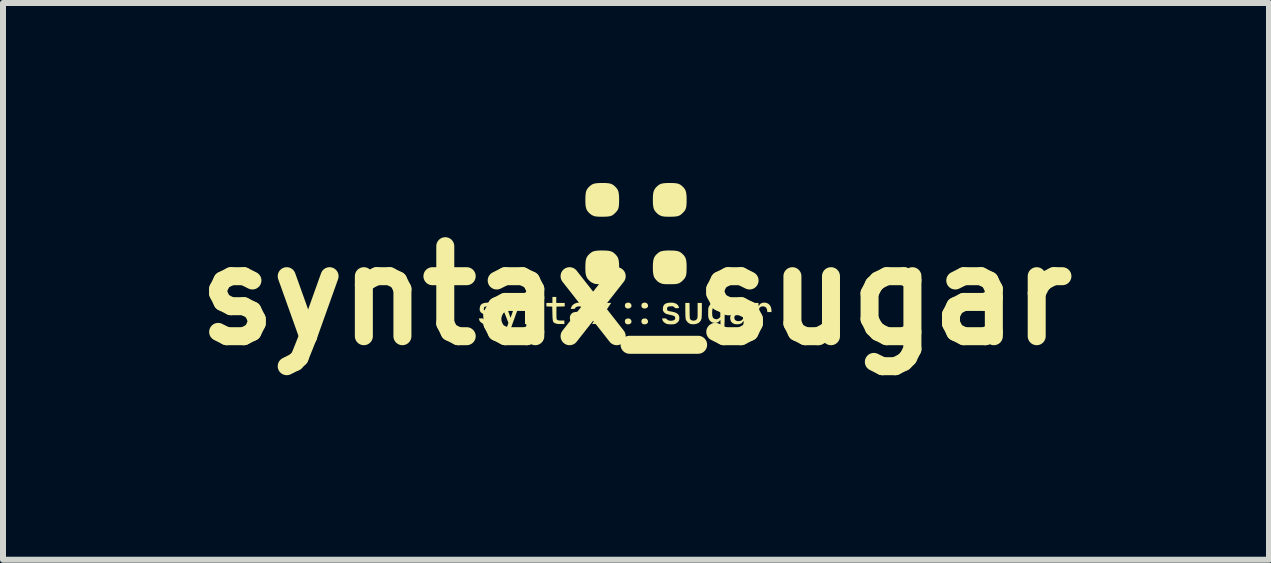
<source format=kicad_pcb>
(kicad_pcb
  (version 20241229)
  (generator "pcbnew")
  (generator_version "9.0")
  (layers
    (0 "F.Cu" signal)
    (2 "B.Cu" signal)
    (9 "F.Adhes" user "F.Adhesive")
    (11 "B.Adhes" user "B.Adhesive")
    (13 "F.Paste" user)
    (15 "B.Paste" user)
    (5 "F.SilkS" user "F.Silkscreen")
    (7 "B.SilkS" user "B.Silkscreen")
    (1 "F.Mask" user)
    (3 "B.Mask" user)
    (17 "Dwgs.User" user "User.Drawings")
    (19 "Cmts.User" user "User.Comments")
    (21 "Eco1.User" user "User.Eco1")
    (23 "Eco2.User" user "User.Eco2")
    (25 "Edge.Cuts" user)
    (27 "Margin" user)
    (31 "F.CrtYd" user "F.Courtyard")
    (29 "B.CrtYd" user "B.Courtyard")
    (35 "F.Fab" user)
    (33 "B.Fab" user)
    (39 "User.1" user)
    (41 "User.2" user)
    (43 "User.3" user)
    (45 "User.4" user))
  (footprint "syntax_sugar"
    (layer "F.Cu")
    (at 7.553 0.855)
    (property "Reference" "syntax_sugar" (at -0.003 1.02 0) (layer "F.SilkS") (effects (font (size 1.5 1.5) (thickness 0.3))))
    (attr board_only exclude_from_pos_files exclude_from_bom)
    (fp_poly (pts (xy -0.116 1.14) (xy -0.097 1.15) (xy -0.084 1.166) (xy -0.078 1.186) (xy -0.08 1.206) (xy -0.085 1.215) (xy -0.103 1.23) (xy -0.128 1.237) (xy -0.154 1.235) (xy -0.163 1.232) (xy -0.178 1.22) (xy -0.187 1.202) (xy -0.188 1.181) (xy -0.182 1.16) (xy -0.18 1.157) (xy -0.166 1.146) (xy -0.146 1.14) (xy -0.124 1.139)) (stroke (width 0) (type solid)) (fill yes) (layer "F.SilkS"))
    (fp_poly (pts (xy -0.116 1.404) (xy -0.097 1.414) (xy -0.084 1.43) (xy -0.078 1.45) (xy -0.08 1.469) (xy -0.085 1.479) (xy -0.103 1.494) (xy -0.128 1.501) (xy -0.154 1.499) (xy -0.163 1.496) (xy -0.178 1.484) (xy -0.187 1.465) (xy -0.188 1.444) (xy -0.182 1.424) (xy -0.18 1.421) (xy -0.166 1.41) (xy -0.146 1.404) (xy -0.124 1.403)) (stroke (width 0) (type solid)) (fill yes) (layer "F.SilkS"))
    (fp_poly (pts (xy 0.16 1.14) (xy 0.179 1.15) (xy 0.192 1.166) (xy 0.198 1.186) (xy 0.196 1.206) (xy 0.191 1.215) (xy 0.172 1.23) (xy 0.148 1.237) (xy 0.122 1.235) (xy 0.112 1.232) (xy 0.097 1.22) (xy 0.088 1.202) (xy 0.087 1.181) (xy 0.094 1.16) (xy 0.096 1.157) (xy 0.109 1.146) (xy 0.129 1.14) (xy 0.151 1.139)) (stroke (width 0) (type solid)) (fill yes) (layer "F.SilkS"))
    (fp_poly (pts (xy 0.16 1.404) (xy 0.179 1.414) (xy 0.192 1.43) (xy 0.198 1.45) (xy 0.196 1.469) (xy 0.191 1.479) (xy 0.172 1.494) (xy 0.148 1.501) (xy 0.122 1.499) (xy 0.112 1.496) (xy 0.097 1.484) (xy 0.088 1.465) (xy 0.087 1.444) (xy 0.094 1.424) (xy 0.096 1.421) (xy 0.109 1.41) (xy 0.129 1.404) (xy 0.151 1.403)) (stroke (width 0) (type solid)) (fill yes) (layer "F.SilkS"))
    (fp_poly (pts (xy 2.172 1.143) (xy 2.203 1.158) (xy 2.228 1.182) (xy 2.245 1.214) (xy 2.254 1.251) (xy 2.255 1.271) (xy 2.255 1.296) (xy 2.221 1.296) (xy 2.186 1.296) (xy 2.183 1.269) (xy 2.179 1.249) (xy 2.171 1.231) (xy 2.169 1.227) (xy 2.15 1.21) (xy 2.127 1.202) (xy 2.102 1.201) (xy 2.079 1.207) (xy 2.06 1.222) (xy 2.056 1.228) (xy 2.052 1.235) (xy 2.049 1.243) (xy 2.047 1.255) (xy 2.045 1.271) (xy 2.045 1.293) (xy 2.044 1.324) (xy 2.044 1.364) (xy 2.044 1.371) (xy 2.044 1.496) (xy 2.009 1.496) (xy 1.974 1.496) (xy 1.974 1.32) (xy 1.974 1.144) (xy 2.006 1.144) (xy 2.038 1.144) (xy 2.039 1.172) (xy 2.041 1.2) (xy 2.054 1.177) (xy 2.073 1.156) (xy 2.1 1.143) (xy 2.134 1.138) (xy 2.136 1.138)) (stroke (width 0) (type solid)) (fill yes) (layer "F.SilkS"))
    (fp_poly (pts (xy -1.67 1.14) (xy -1.64 1.15) (xy -1.614 1.168) (xy -1.597 1.19) (xy -1.581 1.217) (xy -1.579 1.356) (xy -1.577 1.496) (xy -1.612 1.496) (xy -1.647 1.496) (xy -1.649 1.364) (xy -1.65 1.321) (xy -1.651 1.289) (xy -1.652 1.264) (xy -1.653 1.247) (xy -1.655 1.236) (xy -1.657 1.228) (xy -1.661 1.223) (xy -1.662 1.221) (xy -1.682 1.207) (xy -1.706 1.2) (xy -1.731 1.202) (xy -1.754 1.211) (xy -1.771 1.226) (xy -1.771 1.228) (xy -1.775 1.235) (xy -1.778 1.243) (xy -1.78 1.255) (xy -1.782 1.271) (xy -1.782 1.293) (xy -1.783 1.324) (xy -1.783 1.364) (xy -1.783 1.371) (xy -1.783 1.496) (xy -1.818 1.496) (xy -1.853 1.496) (xy -1.853 1.32) (xy -1.853 1.144) (xy -1.818 1.144) (xy -1.783 1.144) (xy -1.783 1.172) (xy -1.782 1.187) (xy -1.78 1.192) (xy -1.777 1.188) (xy -1.769 1.175) (xy -1.759 1.163) (xy -1.732 1.146) (xy -1.702 1.138)) (stroke (width 0) (type solid)) (fill yes) (layer "F.SilkS"))
    (fp_poly (pts (xy -1.332 1.094) (xy -1.332 1.144) (xy -1.261 1.144) (xy -1.191 1.144) (xy -1.191 1.173) (xy -1.191 1.202) (xy -1.26 1.204) (xy -1.329 1.205) (xy -1.329 1.31) (xy -1.329 1.347) (xy -1.328 1.375) (xy -1.328 1.394) (xy -1.326 1.407) (xy -1.324 1.415) (xy -1.321 1.421) (xy -1.316 1.425) (xy -1.315 1.426) (xy -1.306 1.431) (xy -1.293 1.435) (xy -1.275 1.437) (xy -1.249 1.437) (xy -1.197 1.437) (xy -1.197 1.466) (xy -1.197 1.496) (xy -1.26 1.495) (xy -1.292 1.495) (xy -1.316 1.493) (xy -1.333 1.489) (xy -1.347 1.484) (xy -1.362 1.477) (xy -1.373 1.47) (xy -1.381 1.46) (xy -1.387 1.446) (xy -1.39 1.428) (xy -1.393 1.402) (xy -1.395 1.367) (xy -1.396 1.323) (xy -1.396 1.323) (xy -1.399 1.205) (xy -1.447 1.204) (xy -1.496 1.202) (xy -1.496 1.173) (xy -1.496 1.144) (xy -1.446 1.144) (xy -1.396 1.144) (xy -1.396 1.094) (xy -1.396 1.044) (xy -1.364 1.044) (xy -1.332 1.044)) (stroke (width 0) (type solid)) (fill yes) (layer "F.SilkS"))
    (fp_poly (pts (xy -1.959 1.207) (xy -1.966 1.229) (xy -1.978 1.26) (xy -1.991 1.298) (xy -2.007 1.34) (xy -2.023 1.386) (xy -2.04 1.432) (xy -2.043 1.44) (xy -2.104 1.61) (xy -2.14 1.612) (xy -2.158 1.612) (xy -2.171 1.611) (xy -2.175 1.609) (xy -2.174 1.602) (xy -2.168 1.586) (xy -2.161 1.564) (xy -2.152 1.541) (xy -2.129 1.477) (xy -2.191 1.318) (xy -2.207 1.277) (xy -2.221 1.24) (xy -2.234 1.207) (xy -2.244 1.18) (xy -2.252 1.162) (xy -2.256 1.152) (xy -2.256 1.151) (xy -2.254 1.147) (xy -2.244 1.145) (xy -2.224 1.144) (xy -2.221 1.144) (xy -2.199 1.145) (xy -2.186 1.147) (xy -2.18 1.151) (xy -2.179 1.154) (xy -2.171 1.173) (xy -2.162 1.198) (xy -2.152 1.227) (xy -2.141 1.258) (xy -2.129 1.29) (xy -2.119 1.32) (xy -2.11 1.346) (xy -2.104 1.366) (xy -2.1 1.379) (xy -2.099 1.381) (xy -2.098 1.389) (xy -2.095 1.389) (xy -2.09 1.379) (xy -2.083 1.361) (xy -2.072 1.332) (xy -2.059 1.293) (xy -2.051 1.267) (xy -2.011 1.144) (xy -1.973 1.144) (xy -1.936 1.144)) (stroke (width 0) (type solid)) (fill yes) (layer "F.SilkS"))
    (fp_poly (pts (xy 0.891 1.275) (xy 0.891 1.318) (xy 0.892 1.351) (xy 0.893 1.375) (xy 0.894 1.392) (xy 0.896 1.404) (xy 0.899 1.412) (xy 0.902 1.417) (xy 0.904 1.419) (xy 0.923 1.433) (xy 0.947 1.439) (xy 0.973 1.438) (xy 0.995 1.429) (xy 1.012 1.413) (xy 1.013 1.412) (xy 1.017 1.405) (xy 1.02 1.396) (xy 1.022 1.385) (xy 1.023 1.369) (xy 1.024 1.346) (xy 1.024 1.316) (xy 1.024 1.276) (xy 1.024 1.268) (xy 1.024 1.144) (xy 1.06 1.144) (xy 1.095 1.144) (xy 1.095 1.266) (xy 1.094 1.304) (xy 1.094 1.339) (xy 1.092 1.369) (xy 1.091 1.393) (xy 1.089 1.407) (xy 1.089 1.408) (xy 1.074 1.443) (xy 1.05 1.47) (xy 1.019 1.488) (xy 0.98 1.498) (xy 0.963 1.499) (xy 0.939 1.499) (xy 0.917 1.497) (xy 0.902 1.494) (xy 0.879 1.482) (xy 0.857 1.464) (xy 0.838 1.441) (xy 0.827 1.419) (xy 0.826 1.416) (xy 0.824 1.403) (xy 0.822 1.379) (xy 0.82 1.348) (xy 0.82 1.31) (xy 0.819 1.268) (xy 0.819 1.144) (xy 0.854 1.144) (xy 0.889 1.144)) (stroke (width 0) (type solid)) (fill yes) (layer "F.SilkS"))
    (fp_poly (pts (xy -0.47 1.223) (xy -0.488 1.251) (xy -0.504 1.275) (xy -0.517 1.294) (xy -0.525 1.307) (xy -0.527 1.311) (xy -0.524 1.318) (xy -0.517 1.334) (xy -0.504 1.355) (xy -0.487 1.381) (xy -0.475 1.4) (xy -0.456 1.428) (xy -0.439 1.452) (xy -0.426 1.471) (xy -0.418 1.484) (xy -0.415 1.488) (xy -0.416 1.492) (xy -0.424 1.495) (xy -0.442 1.495) (xy -0.451 1.496) (xy -0.491 1.495) (xy -0.527 1.438) (xy -0.542 1.414) (xy -0.554 1.394) (xy -0.563 1.378) (xy -0.567 1.371) (xy -0.571 1.369) (xy -0.577 1.375) (xy -0.588 1.389) (xy -0.604 1.413) (xy -0.613 1.427) (xy -0.655 1.493) (xy -0.695 1.494) (xy -0.736 1.496) (xy -0.725 1.48) (xy -0.718 1.469) (xy -0.706 1.451) (xy -0.69 1.427) (xy -0.673 1.401) (xy -0.664 1.389) (xy -0.615 1.314) (xy -0.671 1.229) (xy -0.728 1.144) (xy -0.688 1.144) (xy -0.649 1.144) (xy -0.619 1.192) (xy -0.605 1.215) (xy -0.593 1.235) (xy -0.584 1.25) (xy -0.582 1.254) (xy -0.579 1.259) (xy -0.575 1.261) (xy -0.57 1.256) (xy -0.562 1.246) (xy -0.55 1.228) (xy -0.536 1.206) (xy -0.497 1.144) (xy -0.457 1.144) (xy -0.417 1.144)) (stroke (width 0) (type solid)) (fill yes) (layer "F.SilkS"))
    (fp_poly (pts (xy -0.516 -0.855) (xy -0.476 -0.852) (xy -0.444 -0.848) (xy -0.418 -0.84) (xy -0.395 -0.83) (xy -0.374 -0.816) (xy -0.36 -0.804) (xy -0.337 -0.781) (xy -0.318 -0.758) (xy -0.304 -0.734) (xy -0.295 -0.706) (xy -0.289 -0.673) (xy -0.285 -0.633) (xy -0.284 -0.583) (xy -0.284 -0.574) (xy -0.285 -0.525) (xy -0.287 -0.485) (xy -0.291 -0.454) (xy -0.298 -0.428) (xy -0.308 -0.405) (xy -0.323 -0.385) (xy -0.341 -0.364) (xy -0.348 -0.357) (xy -0.37 -0.337) (xy -0.39 -0.321) (xy -0.411 -0.31) (xy -0.435 -0.302) (xy -0.464 -0.297) (xy -0.5 -0.294) (xy -0.545 -0.293) (xy -0.568 -0.293) (xy -0.608 -0.293) (xy -0.638 -0.294) (xy -0.661 -0.296) (xy -0.68 -0.299) (xy -0.697 -0.302) (xy -0.704 -0.305) (xy -0.741 -0.321) (xy -0.771 -0.344) (xy -0.795 -0.367) (xy -0.813 -0.39) (xy -0.827 -0.414) (xy -0.836 -0.442) (xy -0.843 -0.475) (xy -0.846 -0.516) (xy -0.847 -0.566) (xy -0.847 -0.574) (xy -0.846 -0.626) (xy -0.843 -0.667) (xy -0.838 -0.702) (xy -0.829 -0.73) (xy -0.816 -0.755) (xy -0.798 -0.778) (xy -0.775 -0.801) (xy -0.771 -0.804) (xy -0.75 -0.821) (xy -0.729 -0.834) (xy -0.705 -0.843) (xy -0.677 -0.849) (xy -0.643 -0.853) (xy -0.6 -0.855) (xy -0.566 -0.855)) (stroke (width 0) (type solid)) (fill yes) (layer "F.SilkS"))
    (fp_poly (pts (xy -0.516 0.271) (xy -0.476 0.273) (xy -0.444 0.278) (xy -0.418 0.285) (xy -0.395 0.295) (xy -0.374 0.309) (xy -0.36 0.321) (xy -0.337 0.344) (xy -0.318 0.367) (xy -0.304 0.391) (xy -0.295 0.419) (xy -0.289 0.452) (xy -0.285 0.492) (xy -0.284 0.542) (xy -0.284 0.552) (xy -0.285 0.601) (xy -0.287 0.64) (xy -0.291 0.672) (xy -0.298 0.698) (xy -0.308 0.72) (xy -0.323 0.741) (xy -0.341 0.762) (xy -0.348 0.769) (xy -0.37 0.789) (xy -0.39 0.804) (xy -0.411 0.816) (xy -0.435 0.823) (xy -0.464 0.829) (xy -0.5 0.831) (xy -0.545 0.832) (xy -0.568 0.832) (xy -0.608 0.832) (xy -0.638 0.831) (xy -0.661 0.829) (xy -0.68 0.827) (xy -0.697 0.823) (xy -0.704 0.82) (xy -0.741 0.804) (xy -0.771 0.782) (xy -0.795 0.758) (xy -0.813 0.736) (xy -0.827 0.711) (xy -0.836 0.683) (xy -0.843 0.65) (xy -0.846 0.61) (xy -0.847 0.56) (xy -0.847 0.551) (xy -0.846 0.5) (xy -0.843 0.458) (xy -0.838 0.424) (xy -0.829 0.395) (xy -0.816 0.37) (xy -0.798 0.347) (xy -0.775 0.324) (xy -0.771 0.321) (xy -0.75 0.304) (xy -0.729 0.291) (xy -0.705 0.282) (xy -0.677 0.276) (xy -0.643 0.272) (xy -0.6 0.27) (xy -0.566 0.27)) (stroke (width 0) (type solid)) (fill yes) (layer "F.SilkS"))
    (fp_poly (pts (xy 0.609 -0.855) (xy 0.649 -0.852) (xy 0.681 -0.848) (xy 0.708 -0.84) (xy 0.73 -0.83) (xy 0.751 -0.816) (xy 0.765 -0.804) (xy 0.789 -0.781) (xy 0.807 -0.758) (xy 0.821 -0.734) (xy 0.83 -0.706) (xy 0.836 -0.673) (xy 0.84 -0.633) (xy 0.841 -0.583) (xy 0.841 -0.574) (xy 0.84 -0.525) (xy 0.838 -0.485) (xy 0.834 -0.454) (xy 0.827 -0.428) (xy 0.817 -0.405) (xy 0.803 -0.385) (xy 0.784 -0.364) (xy 0.777 -0.357) (xy 0.756 -0.337) (xy 0.735 -0.321) (xy 0.714 -0.31) (xy 0.69 -0.302) (xy 0.661 -0.297) (xy 0.625 -0.294) (xy 0.58 -0.293) (xy 0.558 -0.293) (xy 0.518 -0.293) (xy 0.487 -0.294) (xy 0.464 -0.296) (xy 0.445 -0.299) (xy 0.429 -0.302) (xy 0.421 -0.305) (xy 0.384 -0.321) (xy 0.354 -0.344) (xy 0.331 -0.367) (xy 0.312 -0.39) (xy 0.298 -0.414) (xy 0.289 -0.442) (xy 0.283 -0.475) (xy 0.279 -0.516) (xy 0.278 -0.566) (xy 0.278 -0.574) (xy 0.279 -0.626) (xy 0.282 -0.667) (xy 0.288 -0.702) (xy 0.297 -0.73) (xy 0.31 -0.755) (xy 0.327 -0.778) (xy 0.351 -0.801) (xy 0.354 -0.804) (xy 0.375 -0.821) (xy 0.396 -0.834) (xy 0.42 -0.843) (xy 0.448 -0.849) (xy 0.482 -0.853) (xy 0.525 -0.855) (xy 0.56 -0.855)) (stroke (width 0) (type solid)) (fill yes) (layer "F.SilkS"))
    (fp_poly (pts (xy 0.609 0.271) (xy 0.649 0.273) (xy 0.681 0.278) (xy 0.708 0.285) (xy 0.73 0.295) (xy 0.751 0.309) (xy 0.765 0.321) (xy 0.789 0.344) (xy 0.807 0.367) (xy 0.821 0.391) (xy 0.83 0.419) (xy 0.836 0.452) (xy 0.84 0.492) (xy 0.841 0.542) (xy 0.841 0.552) (xy 0.84 0.601) (xy 0.838 0.64) (xy 0.834 0.672) (xy 0.827 0.698) (xy 0.817 0.72) (xy 0.803 0.741) (xy 0.784 0.762) (xy 0.777 0.769) (xy 0.756 0.789) (xy 0.735 0.804) (xy 0.714 0.816) (xy 0.69 0.823) (xy 0.661 0.829) (xy 0.625 0.831) (xy 0.58 0.832) (xy 0.558 0.832) (xy 0.518 0.832) (xy 0.487 0.831) (xy 0.464 0.829) (xy 0.445 0.827) (xy 0.429 0.823) (xy 0.421 0.82) (xy 0.384 0.804) (xy 0.354 0.782) (xy 0.331 0.758) (xy 0.312 0.736) (xy 0.298 0.711) (xy 0.289 0.683) (xy 0.283 0.65) (xy 0.279 0.61) (xy 0.278 0.56) (xy 0.278 0.551) (xy 0.279 0.5) (xy 0.282 0.458) (xy 0.288 0.424) (xy 0.297 0.395) (xy 0.31 0.37) (xy 0.327 0.347) (xy 0.351 0.324) (xy 0.354 0.321) (xy 0.375 0.304) (xy 0.396 0.291) (xy 0.42 0.282) (xy 0.448 0.276) (xy 0.482 0.272) (xy 0.525 0.27) (xy 0.56 0.27)) (stroke (width 0) (type solid)) (fill yes) (layer "F.SilkS"))
    (fp_poly (pts (xy -0.919 1.14) (xy -0.887 1.15) (xy -0.858 1.167) (xy -0.836 1.191) (xy -0.829 1.202) (xy -0.825 1.211) (xy -0.822 1.22) (xy -0.819 1.231) (xy -0.818 1.246) (xy -0.817 1.265) (xy -0.816 1.292) (xy -0.816 1.327) (xy -0.816 1.362) (xy -0.816 1.496) (xy -0.848 1.496) (xy -0.88 1.496) (xy -0.881 1.468) (xy -0.883 1.44) (xy -0.894 1.458) (xy -0.907 1.474) (xy -0.923 1.487) (xy -0.923 1.487) (xy -0.943 1.494) (xy -0.97 1.499) (xy -0.999 1.5) (xy -1.026 1.497) (xy -1.04 1.493) (xy -1.07 1.477) (xy -1.091 1.455) (xy -1.102 1.425) (xy -1.104 1.403) (xy -1.036 1.403) (xy -1.027 1.423) (xy -1.01 1.438) (xy -0.987 1.446) (xy -0.96 1.447) (xy -0.931 1.441) (xy -0.928 1.439) (xy -0.906 1.427) (xy -0.893 1.411) (xy -0.887 1.387) (xy -0.886 1.369) (xy -0.886 1.336) (xy -0.947 1.338) (xy -0.98 1.34) (xy -1.004 1.344) (xy -1.019 1.35) (xy -1.029 1.36) (xy -1.035 1.375) (xy -1.036 1.379) (xy -1.036 1.403) (xy -1.104 1.403) (xy -1.105 1.395) (xy -1.103 1.37) (xy -1.097 1.352) (xy -1.09 1.339) (xy -1.077 1.322) (xy -1.061 1.309) (xy -1.041 1.301) (xy -1.015 1.295) (xy -0.98 1.292) (xy -0.958 1.291) (xy -0.886 1.29) (xy -0.886 1.267) (xy -0.89 1.238) (xy -0.901 1.218) (xy -0.918 1.207) (xy -0.941 1.202) (xy -0.966 1.202) (xy -0.99 1.208) (xy -1.008 1.218) (xy -1.018 1.232) (xy -1.022 1.239) (xy -1.03 1.242) (xy -1.045 1.243) (xy -1.056 1.244) (xy -1.091 1.244) (xy -1.085 1.225) (xy -1.071 1.194) (xy -1.049 1.171) (xy -1.02 1.153) (xy -0.988 1.142) (xy -0.954 1.138)) (stroke (width 0) (type solid)) (fill yes) (layer "F.SilkS"))
    (fp_poly (pts (xy 1.753 1.14) (xy 1.786 1.15) (xy 1.814 1.167) (xy 1.837 1.191) (xy 1.843 1.202) (xy 1.848 1.211) (xy 1.851 1.22) (xy 1.853 1.231) (xy 1.855 1.246) (xy 1.856 1.265) (xy 1.856 1.292) (xy 1.857 1.327) (xy 1.857 1.362) (xy 1.857 1.496) (xy 1.825 1.496) (xy 1.793 1.496) (xy 1.791 1.468) (xy 1.789 1.44) (xy 1.778 1.458) (xy 1.765 1.474) (xy 1.75 1.487) (xy 1.749 1.487) (xy 1.729 1.494) (xy 1.702 1.499) (xy 1.673 1.5) (xy 1.646 1.497) (xy 1.632 1.493) (xy 1.602 1.477) (xy 1.582 1.455) (xy 1.57 1.425) (xy 1.568 1.403) (xy 1.636 1.403) (xy 1.645 1.423) (xy 1.662 1.438) (xy 1.685 1.446) (xy 1.712 1.447) (xy 1.742 1.441) (xy 1.745 1.439) (xy 1.766 1.427) (xy 1.779 1.411) (xy 1.785 1.387) (xy 1.786 1.369) (xy 1.786 1.336) (xy 1.725 1.338) (xy 1.692 1.34) (xy 1.669 1.344) (xy 1.653 1.35) (xy 1.643 1.36) (xy 1.638 1.375) (xy 1.637 1.379) (xy 1.636 1.403) (xy 1.568 1.403) (xy 1.567 1.395) (xy 1.569 1.37) (xy 1.575 1.352) (xy 1.583 1.339) (xy 1.596 1.322) (xy 1.611 1.309) (xy 1.631 1.301) (xy 1.657 1.295) (xy 1.692 1.292) (xy 1.714 1.291) (xy 1.786 1.29) (xy 1.786 1.267) (xy 1.783 1.238) (xy 1.771 1.218) (xy 1.755 1.207) (xy 1.731 1.202) (xy 1.706 1.202) (xy 1.683 1.208) (xy 1.664 1.218) (xy 1.654 1.232) (xy 1.651 1.239) (xy 1.642 1.242) (xy 1.627 1.243) (xy 1.616 1.244) (xy 1.582 1.244) (xy 1.587 1.225) (xy 1.602 1.194) (xy 1.624 1.171) (xy 1.652 1.153) (xy 1.684 1.142) (xy 1.719 1.138)) (stroke (width 0) (type solid)) (fill yes) (layer "F.SilkS"))
    (fp_poly (pts (xy -2.442 1.14) (xy -2.405 1.149) (xy -2.375 1.164) (xy -2.354 1.187) (xy -2.348 1.197) (xy -2.34 1.215) (xy -2.341 1.225) (xy -2.35 1.23) (xy -2.369 1.232) (xy -2.372 1.232) (xy -2.392 1.231) (xy -2.405 1.228) (xy -2.415 1.22) (xy -2.419 1.216) (xy -2.427 1.207) (xy -2.436 1.202) (xy -2.449 1.2) (xy -2.47 1.2) (xy -2.474 1.2) (xy -2.503 1.202) (xy -2.523 1.208) (xy -2.534 1.219) (xy -2.539 1.236) (xy -2.539 1.244) (xy -2.538 1.257) (xy -2.534 1.267) (xy -2.524 1.274) (xy -2.508 1.279) (xy -2.483 1.285) (xy -2.464 1.288) (xy -2.418 1.298) (xy -2.383 1.312) (xy -2.358 1.329) (xy -2.342 1.351) (xy -2.335 1.378) (xy -2.334 1.394) (xy -2.335 1.416) (xy -2.339 1.435) (xy -2.342 1.442) (xy -2.36 1.465) (xy -2.384 1.484) (xy -2.409 1.495) (xy -2.431 1.499) (xy -2.46 1.501) (xy -2.491 1.501) (xy -2.52 1.498) (xy -2.542 1.494) (xy -2.547 1.493) (xy -2.568 1.482) (xy -2.588 1.467) (xy -2.604 1.45) (xy -2.609 1.443) (xy -2.614 1.431) (xy -2.617 1.418) (xy -2.621 1.402) (xy -2.587 1.402) (xy -2.566 1.402) (xy -2.554 1.405) (xy -2.546 1.411) (xy -2.543 1.416) (xy -2.528 1.429) (xy -2.504 1.438) (xy -2.476 1.441) (xy -2.456 1.44) (xy -2.428 1.433) (xy -2.41 1.421) (xy -2.403 1.403) (xy -2.402 1.397) (xy -2.404 1.381) (xy -2.411 1.369) (xy -2.425 1.36) (xy -2.447 1.352) (xy -2.479 1.345) (xy -2.486 1.343) (xy -2.523 1.335) (xy -2.55 1.327) (xy -2.571 1.316) (xy -2.586 1.304) (xy -2.597 1.29) (xy -2.605 1.276) (xy -2.608 1.262) (xy -2.608 1.242) (xy -2.608 1.235) (xy -2.602 1.201) (xy -2.589 1.176) (xy -2.568 1.158) (xy -2.538 1.146) (xy -2.499 1.14) (xy -2.489 1.139)) (stroke (width 0) (type solid)) (fill yes) (layer "F.SilkS"))
    (fp_poly (pts (xy 0.611 1.14) (xy 0.649 1.149) (xy 0.678 1.164) (xy 0.7 1.187) (xy 0.705 1.197) (xy 0.713 1.215) (xy 0.713 1.225) (xy 0.704 1.23) (xy 0.684 1.232) (xy 0.681 1.232) (xy 0.661 1.231) (xy 0.648 1.228) (xy 0.639 1.22) (xy 0.635 1.216) (xy 0.626 1.207) (xy 0.618 1.202) (xy 0.604 1.2) (xy 0.584 1.2) (xy 0.58 1.2) (xy 0.55 1.202) (xy 0.531 1.208) (xy 0.519 1.219) (xy 0.515 1.236) (xy 0.514 1.244) (xy 0.516 1.257) (xy 0.52 1.267) (xy 0.529 1.274) (xy 0.546 1.279) (xy 0.571 1.285) (xy 0.589 1.288) (xy 0.635 1.298) (xy 0.67 1.312) (xy 0.695 1.329) (xy 0.711 1.351) (xy 0.719 1.378) (xy 0.72 1.394) (xy 0.718 1.416) (xy 0.714 1.435) (xy 0.711 1.442) (xy 0.694 1.465) (xy 0.669 1.484) (xy 0.645 1.495) (xy 0.623 1.499) (xy 0.594 1.501) (xy 0.563 1.501) (xy 0.534 1.498) (xy 0.511 1.494) (xy 0.507 1.493) (xy 0.486 1.482) (xy 0.465 1.467) (xy 0.449 1.45) (xy 0.444 1.443) (xy 0.44 1.431) (xy 0.436 1.418) (xy 0.432 1.402) (xy 0.467 1.402) (xy 0.487 1.402) (xy 0.499 1.405) (xy 0.507 1.411) (xy 0.511 1.416) (xy 0.526 1.429) (xy 0.549 1.438) (xy 0.577 1.441) (xy 0.597 1.44) (xy 0.625 1.433) (xy 0.643 1.421) (xy 0.651 1.403) (xy 0.651 1.397) (xy 0.649 1.381) (xy 0.642 1.369) (xy 0.628 1.36) (xy 0.606 1.352) (xy 0.574 1.345) (xy 0.568 1.343) (xy 0.531 1.335) (xy 0.503 1.327) (xy 0.483 1.316) (xy 0.467 1.304) (xy 0.457 1.29) (xy 0.449 1.276) (xy 0.445 1.262) (xy 0.445 1.242) (xy 0.445 1.235) (xy 0.451 1.201) (xy 0.464 1.176) (xy 0.485 1.158) (xy 0.515 1.146) (xy 0.554 1.14) (xy 0.565 1.139)) (stroke (width 0) (type solid)) (fill yes) (layer "F.SilkS"))
    (fp_poly (pts (xy 1.349 1.145) (xy 1.375 1.157) (xy 1.394 1.177) (xy 1.4 1.188) (xy 1.403 1.192) (xy 1.404 1.186) (xy 1.405 1.172) (xy 1.405 1.144) (xy 1.441 1.144) (xy 1.476 1.144) (xy 1.475 1.342) (xy 1.474 1.395) (xy 1.474 1.438) (xy 1.473 1.472) (xy 1.472 1.498) (xy 1.471 1.517) (xy 1.47 1.532) (xy 1.468 1.542) (xy 1.466 1.549) (xy 1.463 1.556) (xy 1.459 1.561) (xy 1.446 1.579) (xy 1.432 1.592) (xy 1.414 1.601) (xy 1.391 1.607) (xy 1.36 1.61) (xy 1.325 1.612) (xy 1.247 1.614) (xy 1.247 1.584) (xy 1.247 1.554) (xy 1.298 1.554) (xy 1.338 1.553) (xy 1.366 1.549) (xy 1.386 1.542) (xy 1.397 1.532) (xy 1.4 1.527) (xy 1.402 1.516) (xy 1.404 1.5) (xy 1.405 1.481) (xy 1.405 1.461) (xy 1.404 1.444) (xy 1.403 1.431) (xy 1.401 1.426) (xy 1.4 1.428) (xy 1.385 1.45) (xy 1.362 1.466) (xy 1.334 1.476) (xy 1.303 1.477) (xy 1.272 1.47) (xy 1.258 1.464) (xy 1.239 1.451) (xy 1.223 1.432) (xy 1.216 1.42) (xy 1.21 1.407) (xy 1.205 1.395) (xy 1.203 1.382) (xy 1.201 1.365) (xy 1.2 1.342) (xy 1.2 1.31) (xy 1.2 1.308) (xy 1.2 1.303) (xy 1.266 1.303) (xy 1.266 1.321) (xy 1.269 1.355) (xy 1.275 1.379) (xy 1.286 1.396) (xy 1.302 1.407) (xy 1.312 1.412) (xy 1.34 1.416) (xy 1.366 1.409) (xy 1.385 1.395) (xy 1.402 1.378) (xy 1.402 1.308) (xy 1.402 1.238) (xy 1.384 1.22) (xy 1.37 1.208) (xy 1.354 1.202) (xy 1.338 1.201) (xy 1.311 1.204) (xy 1.291 1.216) (xy 1.276 1.235) (xy 1.268 1.264) (xy 1.266 1.303) (xy 1.2 1.303) (xy 1.2 1.275) (xy 1.201 1.252) (xy 1.202 1.235) (xy 1.205 1.222) (xy 1.21 1.21) (xy 1.216 1.197) (xy 1.216 1.196) (xy 1.231 1.173) (xy 1.248 1.158) (xy 1.258 1.152) (xy 1.288 1.141) (xy 1.32 1.139)) (stroke (width 0) (type solid)) (fill yes) (layer "F.SilkS")))
  (gr_rect
    (start -3 -3)
    (end 18.1 6.279)
    (stroke (width 0.1) (type default))
    (fill no)
    (layer "Edge.Cuts")))
</source>
